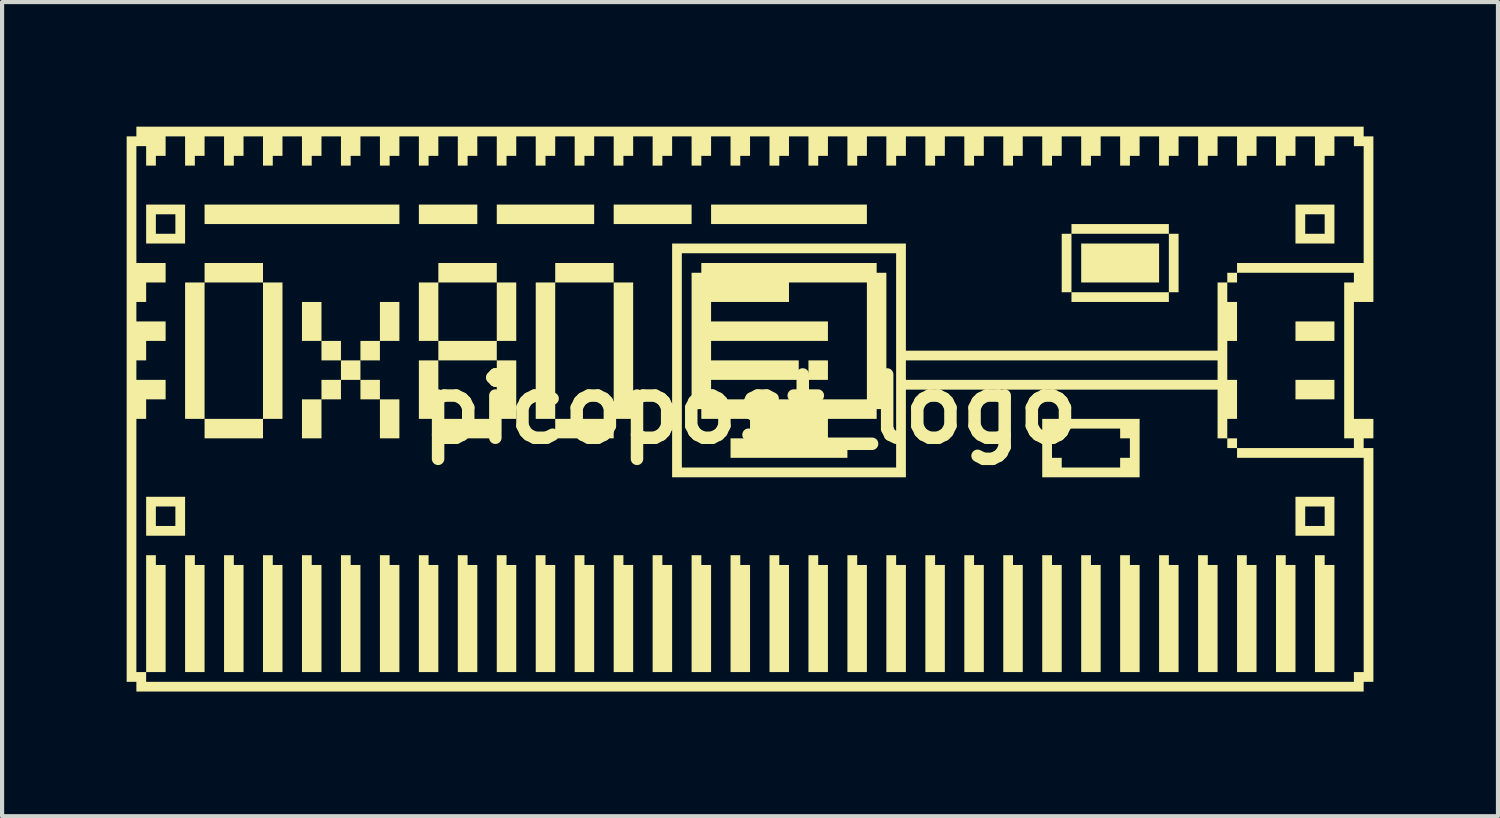
<source format=kicad_pcb>
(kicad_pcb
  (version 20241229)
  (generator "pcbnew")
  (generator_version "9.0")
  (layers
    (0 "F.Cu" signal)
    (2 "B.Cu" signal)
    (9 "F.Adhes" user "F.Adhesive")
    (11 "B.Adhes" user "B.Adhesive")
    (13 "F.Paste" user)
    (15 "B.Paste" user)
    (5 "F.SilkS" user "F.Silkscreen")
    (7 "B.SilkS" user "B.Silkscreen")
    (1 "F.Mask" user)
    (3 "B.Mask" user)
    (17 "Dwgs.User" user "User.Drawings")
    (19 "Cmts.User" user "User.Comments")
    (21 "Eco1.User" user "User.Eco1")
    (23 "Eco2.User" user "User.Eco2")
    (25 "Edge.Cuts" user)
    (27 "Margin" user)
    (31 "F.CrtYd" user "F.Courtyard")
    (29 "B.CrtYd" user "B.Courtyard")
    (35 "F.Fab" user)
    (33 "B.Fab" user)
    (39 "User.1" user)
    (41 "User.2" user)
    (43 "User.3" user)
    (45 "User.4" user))
  (footprint "picopost_logo"
    (layer "F.Cu")
    (at 15.01 6.801)
    (property "Reference" "picopost_logo" (at 0 0 0) (layer "F.SilkS") (effects (font (size 1.524 1.524) (thickness 0.3))))
    (attr board_only exclude_from_pos_files exclude_from_bom)
    (fp_poly (pts (xy -10.319 -1.642) (xy -10.789 -1.642) (xy -10.789 -2.58) (xy -10.319 -2.58)) (stroke (width 0) (type solid)) (fill yes) (layer "F.SilkS"))
    (fp_poly (pts (xy -10.319 0.704) (xy -10.789 0.704) (xy -10.789 -0.235) (xy -10.319 -0.235)) (stroke (width 0) (type solid)) (fill yes) (layer "F.SilkS"))
    (fp_poly (pts (xy -9.85 -1.173) (xy -10.319 -1.173) (xy -10.319 -1.642) (xy -9.85 -1.642)) (stroke (width 0) (type solid)) (fill yes) (layer "F.SilkS"))
    (fp_poly (pts (xy -9.85 -0.235) (xy -10.319 -0.235) (xy -10.319 -0.704) (xy -9.85 -0.704)) (stroke (width 0) (type solid)) (fill yes) (layer "F.SilkS"))
    (fp_poly (pts (xy -9.381 -0.704) (xy -9.85 -0.704) (xy -9.85 -1.173) (xy -9.381 -1.173)) (stroke (width 0) (type solid)) (fill yes) (layer "F.SilkS"))
    (fp_poly (pts (xy -8.912 -1.173) (xy -9.381 -1.173) (xy -9.381 -1.642) (xy -8.912 -1.642)) (stroke (width 0) (type solid)) (fill yes) (layer "F.SilkS"))
    (fp_poly (pts (xy -8.912 -0.235) (xy -9.381 -0.235) (xy -9.381 -0.704) (xy -8.912 -0.704)) (stroke (width 0) (type solid)) (fill yes) (layer "F.SilkS"))
    (fp_poly (pts (xy -8.443 -4.456) (xy -13.134 -4.456) (xy -13.134 -4.925) (xy -8.443 -4.925)) (stroke (width 0) (type solid)) (fill yes) (layer "F.SilkS"))
    (fp_poly (pts (xy -8.443 -1.642) (xy -8.912 -1.642) (xy -8.912 -2.58) (xy -8.443 -2.58)) (stroke (width 0) (type solid)) (fill yes) (layer "F.SilkS"))
    (fp_poly (pts (xy -8.443 0.704) (xy -8.912 0.704) (xy -8.912 -0.235) (xy -8.443 -0.235)) (stroke (width 0) (type solid)) (fill yes) (layer "F.SilkS"))
    (fp_poly (pts (xy -7.505 0.235) (xy -7.974 0.235) (xy -7.974 -1.173) (xy -7.505 -1.173)) (stroke (width 0) (type solid)) (fill yes) (layer "F.SilkS"))
    (fp_poly (pts (xy -6.567 -4.456) (xy -7.974 -4.456) (xy -7.974 -4.925) (xy -6.567 -4.925)) (stroke (width 0) (type solid)) (fill yes) (layer "F.SilkS"))
    (fp_poly (pts (xy -6.098 0.704) (xy -7.505 0.704) (xy -7.505 0.235) (xy -6.098 0.235)) (stroke (width 0) (type solid)) (fill yes) (layer "F.SilkS"))
    (fp_poly (pts (xy -5.629 0.235) (xy -6.098 0.235) (xy -6.098 -1.173) (xy -5.629 -1.173)) (stroke (width 0) (type solid)) (fill yes) (layer "F.SilkS"))
    (fp_poly (pts (xy -3.753 -4.456) (xy -6.098 -4.456) (xy -6.098 -4.925) (xy -3.753 -4.925)) (stroke (width 0) (type solid)) (fill yes) (layer "F.SilkS"))
    (fp_poly (pts (xy -1.407 -4.456) (xy -3.283 -4.456) (xy -3.283 -4.925) (xy -1.407 -4.925)) (stroke (width 0) (type solid)) (fill yes) (layer "F.SilkS"))
    (fp_poly (pts (xy 1.876 -0.704) (xy 1.407 -0.704) (xy 1.407 -1.173) (xy 1.876 -1.173)) (stroke (width 0) (type solid)) (fill yes) (layer "F.SilkS"))
    (fp_poly (pts (xy 2.814 -4.456) (xy -0.938 -4.456) (xy -0.938 -4.925) (xy 2.814 -4.925)) (stroke (width 0) (type solid)) (fill yes) (layer "F.SilkS"))
    (fp_poly (pts (xy 9.85 -3.049) (xy 7.974 -3.049) (xy 7.974 -3.987) (xy 9.85 -3.987)) (stroke (width 0) (type solid)) (fill yes) (layer "F.SilkS"))
    (fp_poly (pts (xy 11.727 -3.049) (xy 11.492 -3.049) (xy 11.492 -3.283) (xy 11.727 -3.283)) (stroke (width 0) (type solid)) (fill yes) (layer "F.SilkS"))
    (fp_poly (pts (xy 11.727 0.938) (xy 11.492 0.938) (xy 11.492 0.704) (xy 11.727 0.704)) (stroke (width 0) (type solid)) (fill yes) (layer "F.SilkS"))
    (fp_poly (pts (xy 14.072 -1.642) (xy 13.134 -1.642) (xy 13.134 -2.111) (xy 14.072 -2.111)) (stroke (width 0) (type solid)) (fill yes) (layer "F.SilkS"))
    (fp_poly (pts (xy 14.072 -0.235) (xy 13.134 -0.235) (xy 13.134 -0.704) (xy 14.072 -0.704)) (stroke (width 0) (type solid)) (fill yes) (layer "F.SilkS"))
    (fp_poly (pts (xy -14.307 3.753) (xy -14.072 3.753) (xy -14.072 6.332) (xy -14.541 6.332) (xy -14.541 3.518) (xy -14.307 3.518)) (stroke (width 0) (type solid)) (fill yes) (layer "F.SilkS"))
    (fp_poly (pts (xy -13.368 3.753) (xy -13.134 3.753) (xy -13.134 6.332) (xy -13.603 6.332) (xy -13.603 3.518) (xy -13.368 3.518)) (stroke (width 0) (type solid)) (fill yes) (layer "F.SilkS"))
    (fp_poly (pts (xy -12.43 3.753) (xy -12.196 3.753) (xy -12.196 6.332) (xy -12.665 6.332) (xy -12.665 3.518) (xy -12.43 3.518)) (stroke (width 0) (type solid)) (fill yes) (layer "F.SilkS"))
    (fp_poly (pts (xy -11.492 3.753) (xy -11.258 3.753) (xy -11.258 6.332) (xy -11.727 6.332) (xy -11.727 3.518) (xy -11.492 3.518)) (stroke (width 0) (type solid)) (fill yes) (layer "F.SilkS"))
    (fp_poly (pts (xy -10.554 3.753) (xy -10.319 3.753) (xy -10.319 6.332) (xy -10.789 6.332) (xy -10.789 3.518) (xy -10.554 3.518)) (stroke (width 0) (type solid)) (fill yes) (layer "F.SilkS"))
    (fp_poly (pts (xy -9.616 3.753) (xy -9.381 3.753) (xy -9.381 6.332) (xy -9.85 6.332) (xy -9.85 3.518) (xy -9.616 3.518)) (stroke (width 0) (type solid)) (fill yes) (layer "F.SilkS"))
    (fp_poly (pts (xy -8.678 3.753) (xy -8.443 3.753) (xy -8.443 6.332) (xy -8.912 6.332) (xy -8.912 3.518) (xy -8.678 3.518)) (stroke (width 0) (type solid)) (fill yes) (layer "F.SilkS"))
    (fp_poly (pts (xy -7.74 3.753) (xy -7.505 3.753) (xy -7.505 6.332) (xy -7.974 6.332) (xy -7.974 3.518) (xy -7.74 3.518)) (stroke (width 0) (type solid)) (fill yes) (layer "F.SilkS"))
    (fp_poly (pts (xy -6.801 3.753) (xy -6.567 3.753) (xy -6.567 6.332) (xy -7.036 6.332) (xy -7.036 3.518) (xy -6.801 3.518)) (stroke (width 0) (type solid)) (fill yes) (layer "F.SilkS"))
    (fp_poly (pts (xy -5.863 3.753) (xy -5.629 3.753) (xy -5.629 6.332) (xy -6.098 6.332) (xy -6.098 3.518) (xy -5.863 3.518)) (stroke (width 0) (type solid)) (fill yes) (layer "F.SilkS"))
    (fp_poly (pts (xy -4.925 3.753) (xy -4.691 3.753) (xy -4.691 6.332) (xy -5.16 6.332) (xy -5.16 3.518) (xy -4.925 3.518)) (stroke (width 0) (type solid)) (fill yes) (layer "F.SilkS"))
    (fp_poly (pts (xy -3.987 3.753) (xy -3.753 3.753) (xy -3.753 6.332) (xy -4.222 6.332) (xy -4.222 3.518) (xy -3.987 3.518)) (stroke (width 0) (type solid)) (fill yes) (layer "F.SilkS"))
    (fp_poly (pts (xy -3.049 3.753) (xy -2.814 3.753) (xy -2.814 6.332) (xy -3.283 6.332) (xy -3.283 3.518) (xy -3.049 3.518)) (stroke (width 0) (type solid)) (fill yes) (layer "F.SilkS"))
    (fp_poly (pts (xy -2.111 3.753) (xy -1.876 3.753) (xy -1.876 6.332) (xy -2.345 6.332) (xy -2.345 3.518) (xy -2.111 3.518)) (stroke (width 0) (type solid)) (fill yes) (layer "F.SilkS"))
    (fp_poly (pts (xy -1.173 3.753) (xy -0.938 3.753) (xy -0.938 6.332) (xy -1.407 6.332) (xy -1.407 3.518) (xy -1.173 3.518)) (stroke (width 0) (type solid)) (fill yes) (layer "F.SilkS"))
    (fp_poly (pts (xy -0.235 3.753) (xy 0 3.753) (xy 0 6.332) (xy -0.469 6.332) (xy -0.469 3.518) (xy -0.235 3.518)) (stroke (width 0) (type solid)) (fill yes) (layer "F.SilkS"))
    (fp_poly (pts (xy 0.704 3.753) (xy 0.938 3.753) (xy 0.938 6.332) (xy 0.469 6.332) (xy 0.469 3.518) (xy 0.704 3.518)) (stroke (width 0) (type solid)) (fill yes) (layer "F.SilkS"))
    (fp_poly (pts (xy 1.642 3.753) (xy 1.876 3.753) (xy 1.876 6.332) (xy 1.407 6.332) (xy 1.407 3.518) (xy 1.642 3.518)) (stroke (width 0) (type solid)) (fill yes) (layer "F.SilkS"))
    (fp_poly (pts (xy 2.58 3.753) (xy 2.814 3.753) (xy 2.814 6.332) (xy 2.345 6.332) (xy 2.345 3.518) (xy 2.58 3.518)) (stroke (width 0) (type solid)) (fill yes) (layer "F.SilkS"))
    (fp_poly (pts (xy 3.518 3.753) (xy 3.753 3.753) (xy 3.753 6.332) (xy 3.283 6.332) (xy 3.283 3.518) (xy 3.518 3.518)) (stroke (width 0) (type solid)) (fill yes) (layer "F.SilkS"))
    (fp_poly (pts (xy 4.456 3.753) (xy 4.691 3.753) (xy 4.691 6.332) (xy 4.222 6.332) (xy 4.222 3.518) (xy 4.456 3.518)) (stroke (width 0) (type solid)) (fill yes) (layer "F.SilkS"))
    (fp_poly (pts (xy 5.394 3.753) (xy 5.629 3.753) (xy 5.629 6.332) (xy 5.16 6.332) (xy 5.16 3.518) (xy 5.394 3.518)) (stroke (width 0) (type solid)) (fill yes) (layer "F.SilkS"))
    (fp_poly (pts (xy 6.332 3.753) (xy 6.567 3.753) (xy 6.567 6.332) (xy 6.098 6.332) (xy 6.098 3.518) (xy 6.332 3.518)) (stroke (width 0) (type solid)) (fill yes) (layer "F.SilkS"))
    (fp_poly (pts (xy 7.271 3.753) (xy 7.505 3.753) (xy 7.505 6.332) (xy 7.036 6.332) (xy 7.036 3.518) (xy 7.271 3.518)) (stroke (width 0) (type solid)) (fill yes) (layer "F.SilkS"))
    (fp_poly (pts (xy 8.209 3.753) (xy 8.443 3.753) (xy 8.443 6.332) (xy 7.974 6.332) (xy 7.974 3.518) (xy 8.209 3.518)) (stroke (width 0) (type solid)) (fill yes) (layer "F.SilkS"))
    (fp_poly (pts (xy 9.147 3.753) (xy 9.381 3.753) (xy 9.381 6.332) (xy 8.912 6.332) (xy 8.912 3.518) (xy 9.147 3.518)) (stroke (width 0) (type solid)) (fill yes) (layer "F.SilkS"))
    (fp_poly (pts (xy 10.085 3.753) (xy 10.319 3.753) (xy 10.319 6.332) (xy 9.85 6.332) (xy 9.85 3.518) (xy 10.085 3.518)) (stroke (width 0) (type solid)) (fill yes) (layer "F.SilkS"))
    (fp_poly (pts (xy 11.023 3.753) (xy 11.258 3.753) (xy 11.258 6.332) (xy 10.789 6.332) (xy 10.789 3.518) (xy 11.023 3.518)) (stroke (width 0) (type solid)) (fill yes) (layer "F.SilkS"))
    (fp_poly (pts (xy 11.961 3.753) (xy 12.196 3.753) (xy 12.196 6.332) (xy 11.727 6.332) (xy 11.727 3.518) (xy 11.961 3.518)) (stroke (width 0) (type solid)) (fill yes) (layer "F.SilkS"))
    (fp_poly (pts (xy 12.899 3.753) (xy 13.134 3.753) (xy 13.134 6.332) (xy 12.665 6.332) (xy 12.665 3.518) (xy 12.899 3.518)) (stroke (width 0) (type solid)) (fill yes) (layer "F.SilkS"))
    (fp_poly (pts (xy 13.837 3.753) (xy 14.072 3.753) (xy 14.072 6.332) (xy 13.603 6.332) (xy 13.603 3.518) (xy 13.837 3.518)) (stroke (width 0) (type solid)) (fill yes) (layer "F.SilkS"))
    (fp_poly (pts (xy -13.603 -3.987) (xy -14.541 -3.987) (xy -14.541 -4.222) (xy -14.307 -4.222) (xy -13.837 -4.222) (xy -13.837 -4.691) (xy -14.307 -4.691) (xy -14.307 -4.222) (xy -14.541 -4.222) (xy -14.541 -4.925) (xy -13.603 -4.925)) (stroke (width 0) (type solid)) (fill yes) (layer "F.SilkS"))
    (fp_poly (pts (xy -13.603 3.049) (xy -14.541 3.049) (xy -14.541 2.814) (xy -14.307 2.814) (xy -13.837 2.814) (xy -13.837 2.345) (xy -14.307 2.345) (xy -14.307 2.814) (xy -14.541 2.814) (xy -14.541 2.111) (xy -13.603 2.111)) (stroke (width 0) (type solid)) (fill yes) (layer "F.SilkS"))
    (fp_poly (pts (xy 14.072 -3.987) (xy 13.134 -3.987) (xy 13.134 -4.222) (xy 13.368 -4.222) (xy 13.837 -4.222) (xy 13.837 -4.691) (xy 13.368 -4.691) (xy 13.368 -4.222) (xy 13.134 -4.222) (xy 13.134 -4.925) (xy 14.072 -4.925)) (stroke (width 0) (type solid)) (fill yes) (layer "F.SilkS"))
    (fp_poly (pts (xy 14.072 3.049) (xy 13.134 3.049) (xy 13.134 2.814) (xy 13.368 2.814) (xy 13.837 2.814) (xy 13.837 2.345) (xy 13.368 2.345) (xy 13.368 2.814) (xy 13.134 2.814) (xy 13.134 2.111) (xy 14.072 2.111)) (stroke (width 0) (type solid)) (fill yes) (layer "F.SilkS"))
    (fp_poly (pts (xy -11.258 -3.049) (xy -11.258 0.235) (xy -11.727 0.235) (xy -11.727 0.704) (xy -13.134 0.704) (xy -13.134 0.235) (xy -11.727 0.235) (xy -11.727 -3.049) (xy -13.134 -3.049) (xy -13.134 0.235) (xy -13.603 0.235) (xy -13.603 -3.049) (xy -13.134 -3.049) (xy -13.134 -3.518) (xy -11.727 -3.518) (xy -11.727 -3.049)) (stroke (width 0) (type solid)) (fill yes) (layer "F.SilkS"))
    (fp_poly (pts (xy -5.629 -3.049) (xy -5.629 -1.642) (xy -6.098 -1.642) (xy -6.098 -1.173) (xy -7.505 -1.173) (xy -7.505 -1.642) (xy -6.098 -1.642) (xy -6.098 -3.049) (xy -7.505 -3.049) (xy -7.505 -1.642) (xy -7.974 -1.642) (xy -7.974 -3.049) (xy -7.505 -3.049) (xy -7.505 -3.518) (xy -6.098 -3.518) (xy -6.098 -3.049)) (stroke (width 0) (type solid)) (fill yes) (layer "F.SilkS"))
    (fp_poly (pts (xy -2.814 -3.049) (xy -2.814 0.235) (xy -3.283 0.235) (xy -3.283 0.704) (xy -4.691 0.704) (xy -4.691 0.235) (xy -3.283 0.235) (xy -3.283 -3.049) (xy -4.691 -3.049) (xy -4.691 0.235) (xy -5.16 0.235) (xy -5.16 -3.049) (xy -4.691 -3.049) (xy -4.691 -3.518) (xy -3.283 -3.518) (xy -3.283 -3.049)) (stroke (width 0) (type solid)) (fill yes) (layer "F.SilkS"))
    (fp_poly (pts (xy 10.319 -4.222) (xy 10.319 -2.814) (xy 10.085 -2.814) (xy 10.085 -2.58) (xy 7.74 -2.58) (xy 7.74 -2.814) (xy 10.085 -2.814) (xy 10.085 -4.222) (xy 7.74 -4.222) (xy 7.74 -2.814) (xy 7.505 -2.814) (xy 7.505 -4.222) (xy 7.74 -4.222) (xy 7.74 -4.456) (xy 10.085 -4.456) (xy 10.085 -4.222)) (stroke (width 0) (type solid)) (fill yes) (layer "F.SilkS"))
    (fp_poly (pts (xy 9.381 1.642) (xy 7.036 1.642) (xy 7.036 1.173) (xy 7.271 1.173) (xy 7.505 1.173) (xy 7.505 1.407) (xy 8.912 1.407) (xy 8.912 1.173) (xy 9.147 1.173) (xy 9.147 0.704) (xy 8.912 0.704) (xy 8.912 0.469) (xy 7.505 0.469) (xy 7.505 0.704) (xy 7.271 0.704) (xy 7.271 1.173) (xy 7.036 1.173) (xy 7.036 0.235) (xy 9.381 0.235)) (stroke (width 0) (type solid)) (fill yes) (layer "F.SilkS"))
    (fp_poly (pts (xy 3.753 -1.407) (xy 11.258 -1.407) (xy 11.258 -3.049) (xy 11.492 -3.049) (xy 11.492 -2.58) (xy 11.727 -2.58) (xy 11.727 -1.642) (xy 11.492 -1.642) (xy 11.492 -0.704) (xy 11.727 -0.704) (xy 11.727 0.235) (xy 11.492 0.235) (xy 11.492 0.704) (xy 11.258 0.704) (xy 11.258 -0.469) (xy 3.753 -0.469) (xy 3.753 1.642) (xy -1.876 1.642) (xy -1.876 1.407) (xy -1.642 1.407) (xy 3.518 1.407) (xy 3.518 -0.704) (xy 3.753 -0.704) (xy 11.258 -0.704) (xy 11.258 -1.173) (xy 3.753 -1.173) (xy 3.753 -0.704) (xy 3.518 -0.704) (xy 3.518 -3.753) (xy -1.642 -3.753) (xy -1.642 1.407) (xy -1.876 1.407) (xy -1.876 -3.987) (xy 3.753 -3.987)) (stroke (width 0) (type solid)) (fill yes) (layer "F.SilkS"))
    (fp_poly (pts (xy 3.049 -3.283) (xy 3.283 -3.283) (xy 3.283 0) (xy 3.049 0) (xy 3.049 0.235) (xy 1.876 0.235) (xy 1.876 0.704) (xy 2.345 0.704) (xy 2.345 1.173) (xy -0.469 1.173) (xy -0.469 0.704) (xy 0 0.704) (xy 0 0.235) (xy -1.173 0.235) (xy -1.173 0) (xy -1.407 0) (xy -1.407 -0.235) (xy -0.938 -0.235) (xy 2.814 -0.235) (xy 2.814 -3.049) (xy 0.938 -3.049) (xy 0.938 -2.58) (xy -0.938 -2.58) (xy -0.938 -2.111) (xy 1.876 -2.111) (xy 1.876 -1.642) (xy -0.938 -1.642) (xy -0.938 -1.173) (xy 1.173 -1.173) (xy 1.173 -0.704) (xy -0.938 -0.704) (xy -0.938 -0.235) (xy -1.407 -0.235) (xy -1.407 -3.283) (xy -1.173 -3.283) (xy -1.173 -3.518) (xy 3.049 -3.518)) (stroke (width 0) (type solid)) (fill yes) (layer "F.SilkS"))
    (fp_poly (pts (xy 14.776 -6.567) (xy 15.01 -6.567) (xy 15.01 -2.58) (xy 14.541 -2.58) (xy 14.541 0.235) (xy 15.01 0.235) (xy 15.01 0.704) (xy 14.776 0.704) (xy 14.776 0.938) (xy 15.01 0.938) (xy 15.01 6.567) (xy 14.776 6.567) (xy 14.776 6.801) (xy -14.776 6.801) (xy -14.776 6.567) (xy -15.01 6.567) (xy -15.01 6.332) (xy -14.776 6.332) (xy -14.541 6.332) (xy -14.541 6.567) (xy 14.541 6.567) (xy 14.541 6.332) (xy 14.776 6.332) (xy 14.776 1.173) (xy 11.727 1.173) (xy 11.727 0.938) (xy 14.541 0.938) (xy 14.541 0.704) (xy 14.307 0.704) (xy 14.307 -3.049) (xy 14.541 -3.049) (xy 14.541 -3.283) (xy 11.727 -3.283) (xy 11.727 -3.518) (xy 14.776 -3.518) (xy 14.776 -6.332) (xy 14.541 -6.332) (xy 14.541 -6.567) (xy 14.072 -6.567) (xy 14.072 -6.098) (xy 13.837 -6.098) (xy 13.837 -5.863) (xy 13.603 -5.863) (xy 13.603 -6.567) (xy 13.134 -6.567) (xy 13.134 -6.098) (xy 12.899 -6.098) (xy 12.899 -5.863) (xy 12.665 -5.863) (xy 12.665 -6.567) (xy 12.196 -6.567) (xy 12.196 -6.098) (xy 11.961 -6.098) (xy 11.961 -5.863) (xy 11.727 -5.863) (xy 11.727 -6.567) (xy 11.258 -6.567) (xy 11.258 -6.098) (xy 11.023 -6.098) (xy 11.023 -5.863) (xy 10.789 -5.863) (xy 10.789 -6.567) (xy 10.319 -6.567) (xy 10.319 -6.098) (xy 10.085 -6.098) (xy 10.085 -5.863) (xy 9.85 -5.863) (xy 9.85 -6.567) (xy 9.381 -6.567) (xy 9.381 -6.098) (xy 9.147 -6.098) (xy 9.147 -5.863) (xy 8.912 -5.863) (xy 8.912 -6.567) (xy 8.443 -6.567) (xy 8.443 -6.098) (xy 8.209 -6.098) (xy 8.209 -5.863) (xy 7.974 -5.863) (xy 7.974 -6.567) (xy 7.505 -6.567) (xy 7.505 -6.098) (xy 7.271 -6.098) (xy 7.271 -5.863) (xy 7.036 -5.863) (xy 7.036 -6.567) (xy 6.567 -6.567) (xy 6.567 -6.098) (xy 6.332 -6.098) (xy 6.332 -5.863) (xy 6.098 -5.863) (xy 6.098 -6.567) (xy 5.629 -6.567) (xy 5.629 -6.098) (xy 5.394 -6.098) (xy 5.394 -5.863) (xy 5.16 -5.863) (xy 5.16 -6.567) (xy 4.691 -6.567) (xy 4.691 -6.098) (xy 4.456 -6.098) (xy 4.456 -5.863) (xy 4.222 -5.863) (xy 4.222 -6.567) (xy 3.753 -6.567) (xy 3.753 -6.098) (xy 3.518 -6.098) (xy 3.518 -5.863) (xy 3.283 -5.863) (xy 3.283 -6.567) (xy 2.814 -6.567) (xy 2.814 -6.098) (xy 2.58 -6.098) (xy 2.58 -5.863) (xy 2.345 -5.863) (xy 2.345 -6.567) (xy 1.876 -6.567) (xy 1.876 -6.098) (xy 1.642 -6.098) (xy 1.642 -5.863) (xy 1.407 -5.863) (xy 1.407 -6.567) (xy 0.938 -6.567) (xy 0.938 -6.098) (xy 0.704 -6.098) (xy 0.704 -5.863) (xy 0.469 -5.863) (xy 0.469 -6.567) (xy 0 -6.567) (xy 0 -6.098) (xy -0.235 -6.098) (xy -0.235 -5.863) (xy -0.469 -5.863) (xy -0.469 -6.567) (xy -0.938 -6.567) (xy -0.938 -6.098) (xy -1.173 -6.098) (xy -1.173 -5.863) (xy -1.407 -5.863) (xy -1.407 -6.567) (xy -1.876 -6.567) (xy -1.876 -6.098) (xy -2.111 -6.098) (xy -2.111 -5.863) (xy -2.345 -5.863) (xy -2.345 -6.567) (xy -2.814 -6.567) (xy -2.814 -6.098) (xy -3.049 -6.098) (xy -3.049 -5.863) (xy -3.283 -5.863) (xy -3.283 -6.567) (xy -3.753 -6.567) (xy -3.753 -6.098) (xy -3.987 -6.098) (xy -3.987 -5.863) (xy -4.222 -5.863) (xy -4.222 -6.567) (xy -4.691 -6.567) (xy -4.691 -6.098) (xy -4.925 -6.098) (xy -4.925 -5.863) (xy -5.16 -5.863) (xy -5.16 -6.567) (xy -5.629 -6.567) (xy -5.629 -6.098) (xy -5.863 -6.098) (xy -5.863 -5.863) (xy -6.098 -5.863) (xy -6.098 -6.567) (xy -6.567 -6.567) (xy -6.567 -6.098) (xy -6.801 -6.098) (xy -6.801 -5.863) (xy -7.036 -5.863) (xy -7.036 -6.567) (xy -7.505 -6.567) (xy -7.505 -6.098) (xy -7.74 -6.098) (xy -7.74 -5.863) (xy -7.974 -5.863) (xy -7.974 -6.567) (xy -8.443 -6.567) (xy -8.443 -6.098) (xy -8.678 -6.098) (xy -8.678 -5.863) (xy -8.912 -5.863) (xy -8.912 -6.567) (xy -9.381 -6.567) (xy -9.381 -6.098) (xy -9.616 -6.098) (xy -9.616 -5.863) (xy -9.85 -5.863) (xy -9.85 -6.567) (xy -10.319 -6.567) (xy -10.319 -6.098) (xy -10.554 -6.098) (xy -10.554 -5.863) (xy -10.789 -5.863) (xy -10.789 -6.567) (xy -11.258 -6.567) (xy -11.258 -6.098) (xy -11.492 -6.098) (xy -11.492 -5.863) (xy -11.727 -5.863) (xy -11.727 -6.567) (xy -12.196 -6.567) (xy -12.196 -6.098) (xy -12.43 -6.098) (xy -12.43 -5.863) (xy -12.665 -5.863) (xy -12.665 -6.567) (xy -13.134 -6.567) (xy -13.134 -6.098) (xy -13.368 -6.098) (xy -13.368 -5.863) (xy -13.603 -5.863) (xy -13.603 -6.567) (xy -14.072 -6.567) (xy -14.072 -6.098) (xy -14.307 -6.098) (xy -14.307 -5.863) (xy -14.541 -5.863) (xy -14.541 -6.332) (xy -14.776 -6.332) (xy -14.776 -3.518) (xy -14.072 -3.518) (xy -14.072 -3.049) (xy -14.541 -3.049) (xy -14.541 -2.58) (xy -14.776 -2.58) (xy -14.776 -2.111) (xy -14.072 -2.111) (xy -14.072 -1.642) (xy -14.541 -1.642) (xy -14.541 -1.173) (xy -14.776 -1.173) (xy -14.776 -0.704) (xy -14.072 -0.704) (xy -14.072 -0.235) (xy -14.541 -0.235) (xy -14.541 0.235) (xy -14.776 0.235) (xy -14.776 6.332) (xy -15.01 6.332) (xy -15.01 -6.567) (xy -14.776 -6.567) (xy -14.776 -6.801) (xy 14.776 -6.801)) (stroke (width 0) (type solid)) (fill yes) (layer "F.SilkS")))
  (gr_rect
    (start -3 -3)
    (end 33.02 16.603)
    (stroke (width 0.1) (type default))
    (fill no)
    (layer "Edge.Cuts")))
</source>
